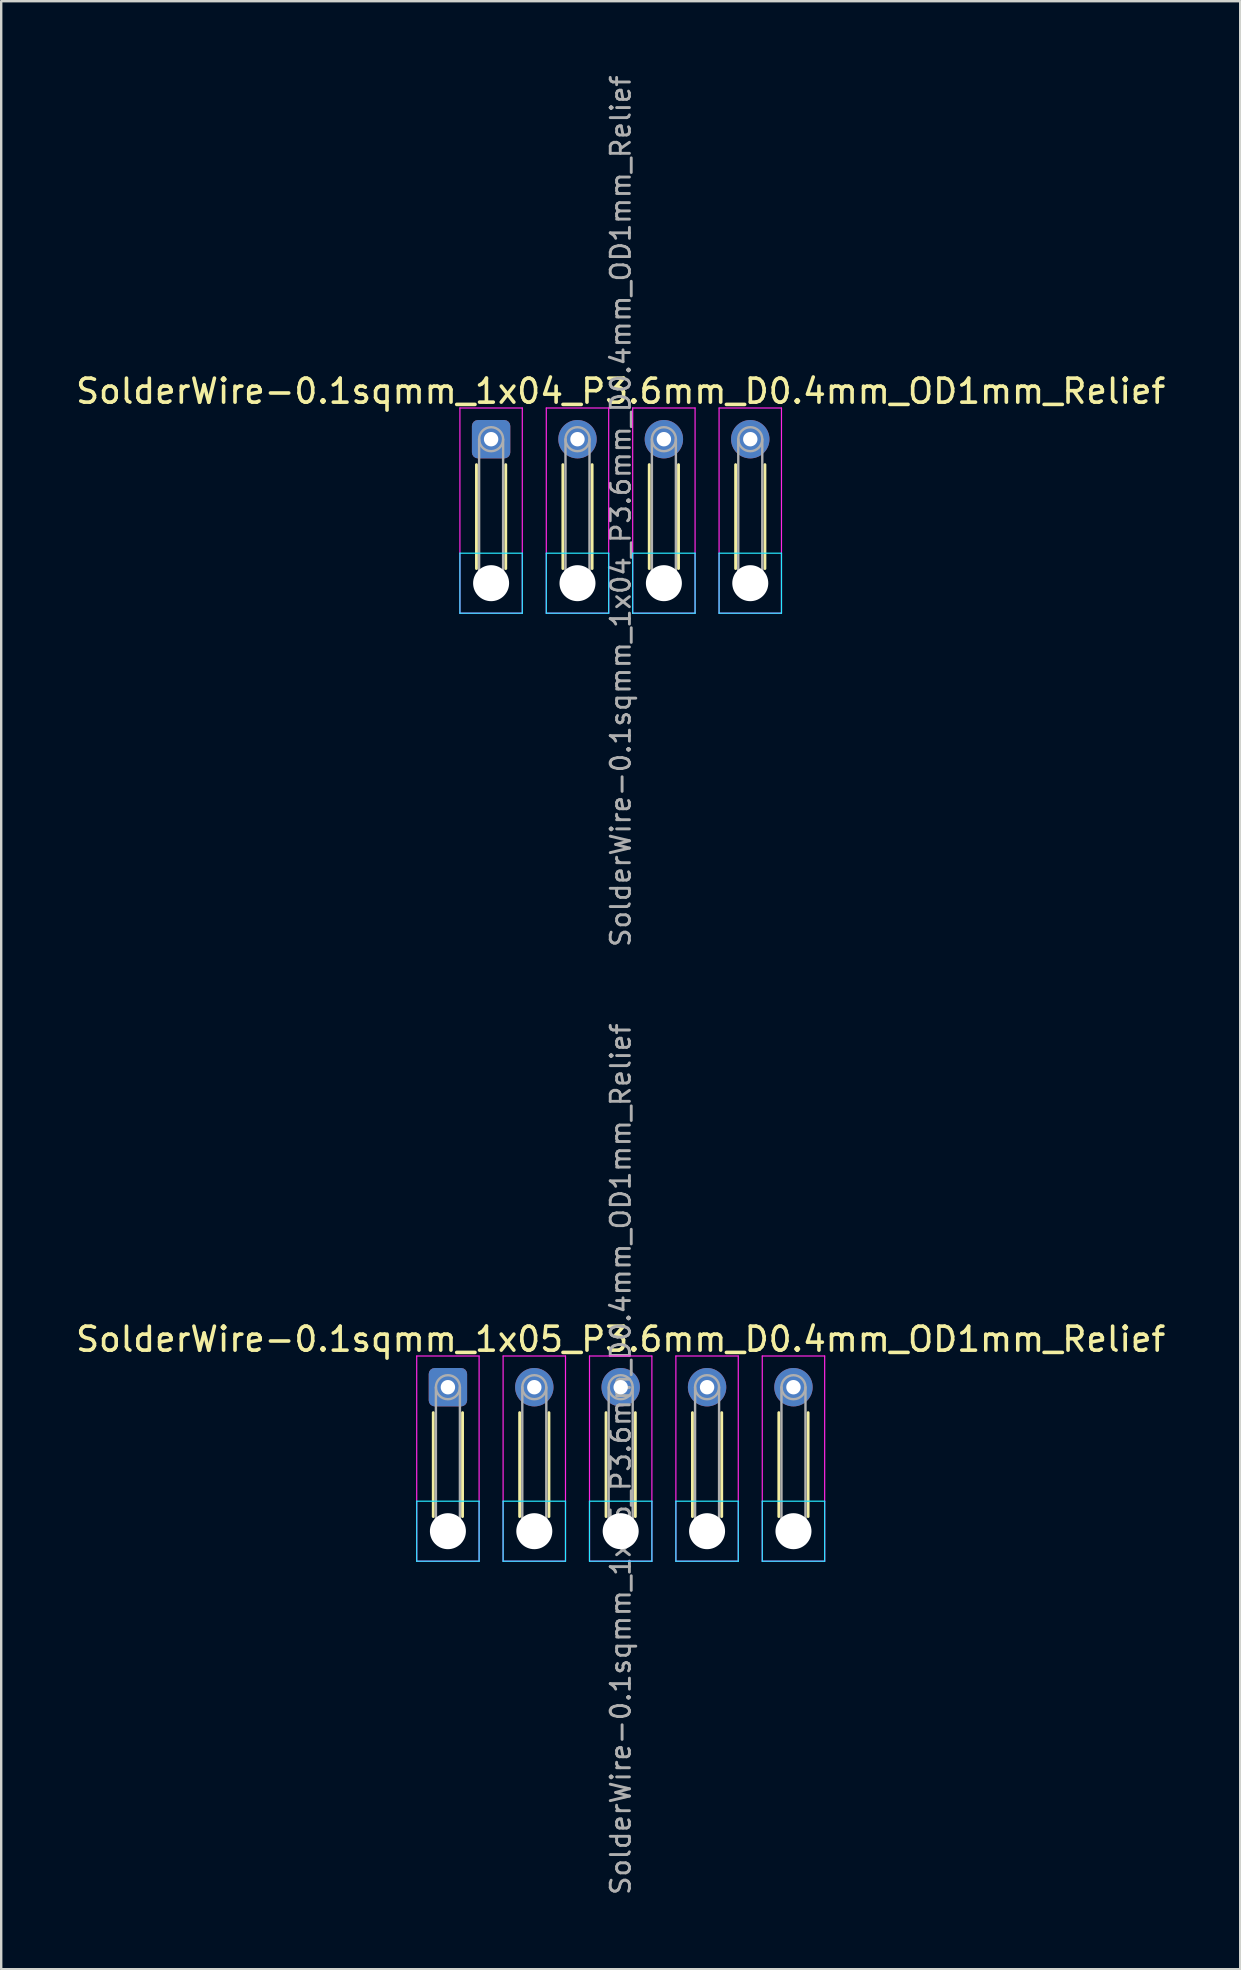
<source format=kicad_pcb>
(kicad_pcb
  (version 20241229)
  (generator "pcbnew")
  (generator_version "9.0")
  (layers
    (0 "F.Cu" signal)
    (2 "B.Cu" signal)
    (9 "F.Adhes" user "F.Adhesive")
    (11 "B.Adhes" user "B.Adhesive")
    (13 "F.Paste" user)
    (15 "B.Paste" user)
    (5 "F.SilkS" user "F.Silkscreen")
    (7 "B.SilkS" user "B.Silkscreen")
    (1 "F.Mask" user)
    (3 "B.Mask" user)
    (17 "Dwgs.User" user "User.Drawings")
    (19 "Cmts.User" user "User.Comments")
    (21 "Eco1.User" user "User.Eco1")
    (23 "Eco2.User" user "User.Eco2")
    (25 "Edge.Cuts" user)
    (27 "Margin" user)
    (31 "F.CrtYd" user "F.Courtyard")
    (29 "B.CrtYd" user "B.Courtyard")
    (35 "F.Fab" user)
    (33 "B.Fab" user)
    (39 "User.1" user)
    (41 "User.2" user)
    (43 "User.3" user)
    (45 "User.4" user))
  (footprint "SolderWire-0.1sqmm_1x05_P3.6mm_D0.4mm_OD1mm_Relief"
    (layer "F.Cu")
    (at 15.615 54.757)
    (property "Reference" "SolderWire-0.1sqmm_1x05_P3.6mm_D0.4mm_OD1mm_Relief" (at 7.2 -2 0) (layer "F.SilkS") (effects (font (size 1 1) (thickness 0.15))))
    (attr exclude_from_pos_files exclude_from_bom)
    (fp_line (start -0.61 1.06) (end -0.61 5.39) (stroke (width 0.12) (type solid)) (layer "F.SilkS"))
    (fp_line (start 0.61 1.06) (end 0.61 5.39) (stroke (width 0.12) (type solid)) (layer "F.SilkS"))
    (fp_line (start 2.99 1.06) (end 2.99 5.39) (stroke (width 0.12) (type solid)) (layer "F.SilkS"))
    (fp_line (start 4.21 1.06) (end 4.21 5.39) (stroke (width 0.12) (type solid)) (layer "F.SilkS"))
    (fp_line (start 6.59 1.06) (end 6.59 5.39) (stroke (width 0.12) (type solid)) (layer "F.SilkS"))
    (fp_line (start 7.81 1.06) (end 7.81 5.39) (stroke (width 0.12) (type solid)) (layer "F.SilkS"))
    (fp_line (start 10.19 1.06) (end 10.19 5.39) (stroke (width 0.12) (type solid)) (layer "F.SilkS"))
    (fp_line (start 11.41 1.06) (end 11.41 5.39) (stroke (width 0.12) (type solid)) (layer "F.SilkS"))
    (fp_line (start 13.79 1.06) (end 13.79 5.39) (stroke (width 0.12) (type solid)) (layer "F.SilkS"))
    (fp_line (start 15.01 1.06) (end 15.01 5.39) (stroke (width 0.12) (type solid)) (layer "F.SilkS"))
    (fp_line (start -1.3 4.75) (end -1.3 7.25) (stroke (width 0.05) (type solid)) (layer "B.CrtYd"))
    (fp_line (start -1.3 7.25) (end 1.3 7.25) (stroke (width 0.05) (type solid)) (layer "B.CrtYd"))
    (fp_line (start 1.3 4.75) (end -1.3 4.75) (stroke (width 0.05) (type solid)) (layer "B.CrtYd"))
    (fp_line (start 1.3 7.25) (end 1.3 4.75) (stroke (width 0.05) (type solid)) (layer "B.CrtYd"))
    (fp_line (start 2.3 4.75) (end 2.3 7.25) (stroke (width 0.05) (type solid)) (layer "B.CrtYd"))
    (fp_line (start 2.3 7.25) (end 4.9 7.25) (stroke (width 0.05) (type solid)) (layer "B.CrtYd"))
    (fp_line (start 4.9 4.75) (end 2.3 4.75) (stroke (width 0.05) (type solid)) (layer "B.CrtYd"))
    (fp_line (start 4.9 7.25) (end 4.9 4.75) (stroke (width 0.05) (type solid)) (layer "B.CrtYd"))
    (fp_line (start 5.9 4.75) (end 5.9 7.25) (stroke (width 0.05) (type solid)) (layer "B.CrtYd"))
    (fp_line (start 5.9 7.25) (end 8.5 7.25) (stroke (width 0.05) (type solid)) (layer "B.CrtYd"))
    (fp_line (start 8.5 4.75) (end 5.9 4.75) (stroke (width 0.05) (type solid)) (layer "B.CrtYd"))
    (fp_line (start 8.5 7.25) (end 8.5 4.75) (stroke (width 0.05) (type solid)) (layer "B.CrtYd"))
    (fp_line (start 9.5 4.75) (end 9.5 7.25) (stroke (width 0.05) (type solid)) (layer "B.CrtYd"))
    (fp_line (start 9.5 7.25) (end 12.1 7.25) (stroke (width 0.05) (type solid)) (layer "B.CrtYd"))
    (fp_line (start 12.1 4.75) (end 9.5 4.75) (stroke (width 0.05) (type solid)) (layer "B.CrtYd"))
    (fp_line (start 12.1 7.25) (end 12.1 4.75) (stroke (width 0.05) (type solid)) (layer "B.CrtYd"))
    (fp_line (start 13.1 4.75) (end 13.1 7.25) (stroke (width 0.05) (type solid)) (layer "B.CrtYd"))
    (fp_line (start 13.1 7.25) (end 15.7 7.25) (stroke (width 0.05) (type solid)) (layer "B.CrtYd"))
    (fp_line (start 15.7 4.75) (end 13.1 4.75) (stroke (width 0.05) (type solid)) (layer "B.CrtYd"))
    (fp_line (start 15.7 7.25) (end 15.7 4.75) (stroke (width 0.05) (type solid)) (layer "B.CrtYd"))
    (fp_line (start -1.3 -1.3) (end -1.3 7.25) (stroke (width 0.05) (type solid)) (layer "F.CrtYd"))
    (fp_line (start -1.3 7.25) (end 1.3 7.25) (stroke (width 0.05) (type solid)) (layer "F.CrtYd"))
    (fp_line (start 1.3 -1.3) (end -1.3 -1.3) (stroke (width 0.05) (type solid)) (layer "F.CrtYd"))
    (fp_line (start 1.3 7.25) (end 1.3 -1.3) (stroke (width 0.05) (type solid)) (layer "F.CrtYd"))
    (fp_line (start 2.3 -1.3) (end 2.3 7.25) (stroke (width 0.05) (type solid)) (layer "F.CrtYd"))
    (fp_line (start 2.3 7.25) (end 4.9 7.25) (stroke (width 0.05) (type solid)) (layer "F.CrtYd"))
    (fp_line (start 4.9 -1.3) (end 2.3 -1.3) (stroke (width 0.05) (type solid)) (layer "F.CrtYd"))
    (fp_line (start 4.9 7.25) (end 4.9 -1.3) (stroke (width 0.05) (type solid)) (layer "F.CrtYd"))
    (fp_line (start 5.9 -1.3) (end 5.9 7.25) (stroke (width 0.05) (type solid)) (layer "F.CrtYd"))
    (fp_line (start 5.9 7.25) (end 8.5 7.25) (stroke (width 0.05) (type solid)) (layer "F.CrtYd"))
    (fp_line (start 8.5 -1.3) (end 5.9 -1.3) (stroke (width 0.05) (type solid)) (layer "F.CrtYd"))
    (fp_line (start 8.5 7.25) (end 8.5 -1.3) (stroke (width 0.05) (type solid)) (layer "F.CrtYd"))
    (fp_line (start 9.5 -1.3) (end 9.5 7.25) (stroke (width 0.05) (type solid)) (layer "F.CrtYd"))
    (fp_line (start 9.5 7.25) (end 12.1 7.25) (stroke (width 0.05) (type solid)) (layer "F.CrtYd"))
    (fp_line (start 12.1 -1.3) (end 9.5 -1.3) (stroke (width 0.05) (type solid)) (layer "F.CrtYd"))
    (fp_line (start 12.1 7.25) (end 12.1 -1.3) (stroke (width 0.05) (type solid)) (layer "F.CrtYd"))
    (fp_line (start 13.1 -1.3) (end 13.1 7.25) (stroke (width 0.05) (type solid)) (layer "F.CrtYd"))
    (fp_line (start 13.1 7.25) (end 15.7 7.25) (stroke (width 0.05) (type solid)) (layer "F.CrtYd"))
    (fp_line (start 15.7 -1.3) (end 13.1 -1.3) (stroke (width 0.05) (type solid)) (layer "F.CrtYd"))
    (fp_line (start 15.7 7.25) (end 15.7 -1.3) (stroke (width 0.05) (type solid)) (layer "F.CrtYd"))
    (fp_line (start -0.5 0) (end -0.5 6) (stroke (width 0.1) (type solid)) (layer "F.Fab"))
    (fp_line (start 0.5 0) (end 0.5 6) (stroke (width 0.1) (type solid)) (layer "F.Fab"))
    (fp_line (start 3.1 0) (end 3.1 6) (stroke (width 0.1) (type solid)) (layer "F.Fab"))
    (fp_line (start 4.1 0) (end 4.1 6) (stroke (width 0.1) (type solid)) (layer "F.Fab"))
    (fp_line (start 6.7 0) (end 6.7 6) (stroke (width 0.1) (type solid)) (layer "F.Fab"))
    (fp_line (start 7.7 0) (end 7.7 6) (stroke (width 0.1) (type solid)) (layer "F.Fab"))
    (fp_line (start 10.3 0) (end 10.3 6) (stroke (width 0.1) (type solid)) (layer "F.Fab"))
    (fp_line (start 11.3 0) (end 11.3 6) (stroke (width 0.1) (type solid)) (layer "F.Fab"))
    (fp_line (start 13.9 0) (end 13.9 6) (stroke (width 0.1) (type solid)) (layer "F.Fab"))
    (fp_line (start 14.9 0) (end 14.9 6) (stroke (width 0.1) (type solid)) (layer "F.Fab"))
    (fp_circle (center 0 0) (end 0.5 0) (stroke (width 0.1) (type solid)) (fill no) (layer "F.Fab"))
    (fp_circle (center 0 6) (end 0.5 6) (stroke (width 0.1) (type solid)) (fill no) (layer "F.Fab"))
    (fp_circle (center 3.6 0) (end 4.1 0) (stroke (width 0.1) (type solid)) (fill no) (layer "F.Fab"))
    (fp_circle (center 3.6 6) (end 4.1 6) (stroke (width 0.1) (type solid)) (fill no) (layer "F.Fab"))
    (fp_circle (center 7.2 0) (end 7.7 0) (stroke (width 0.1) (type solid)) (fill no) (layer "F.Fab"))
    (fp_circle (center 7.2 6) (end 7.7 6) (stroke (width 0.1) (type solid)) (fill no) (layer "F.Fab"))
    (fp_circle (center 10.8 0) (end 11.3 0) (stroke (width 0.1) (type solid)) (fill no) (layer "F.Fab"))
    (fp_circle (center 10.8 6) (end 11.3 6) (stroke (width 0.1) (type solid)) (fill no) (layer "F.Fab"))
    (fp_circle (center 14.4 0) (end 14.9 0) (stroke (width 0.1) (type solid)) (fill no) (layer "F.Fab"))
    (fp_circle (center 14.4 6) (end 14.9 6) (stroke (width 0.1) (type solid)) (fill no) (layer "F.Fab"))
    (fp_text user "${REFERENCE}" (at 7.2 3 90) (layer "F.Fab") (effects (font (size 0.8 0.8) (thickness 0.12))))
    (pad "" np_thru_hole circle (at 0 6) (size 1.5 1.5) (drill 1.5) (layers "*.Cu" "*.Mask"))
    (pad "" np_thru_hole circle (at 3.6 6) (size 1.5 1.5) (drill 1.5) (layers "*.Cu" "*.Mask"))
    (pad "" np_thru_hole circle (at 7.2 6) (size 1.5 1.5) (drill 1.5) (layers "*.Cu" "*.Mask"))
    (pad "" np_thru_hole circle (at 10.8 6) (size 1.5 1.5) (drill 1.5) (layers "*.Cu" "*.Mask"))
    (pad "" np_thru_hole circle (at 14.4 6) (size 1.5 1.5) (drill 1.5) (layers "*.Cu" "*.Mask"))
    (pad "1" thru_hole roundrect (at 0 0) (size 1.6 1.6) (drill 0.6) (layers "*.Cu" "*.Mask") (roundrect_rratio 0.156))
    (pad "2" thru_hole circle (at 3.6 0) (size 1.6 1.6) (drill 0.6) (layers "*.Cu" "*.Mask"))
    (pad "3" thru_hole circle (at 7.2 0) (size 1.6 1.6) (drill 0.6) (layers "*.Cu" "*.Mask"))
    (pad "4" thru_hole circle (at 10.8 0) (size 1.6 1.6) (drill 0.6) (layers "*.Cu" "*.Mask"))
    (pad "5" thru_hole circle (at 14.4 0) (size 1.6 1.6) (drill 0.6) (layers "*.Cu" "*.Mask")))
  (footprint "SolderWire-0.1sqmm_1x04_P3.6mm_D0.4mm_OD1mm_Relief"
    (layer "F.Cu")
    (at 17.415 15.252)
    (property "Reference" "SolderWire-0.1sqmm_1x04_P3.6mm_D0.4mm_OD1mm_Relief" (at 5.4 -2 0) (layer "F.SilkS") (effects (font (size 1 1) (thickness 0.15))))
    (attr exclude_from_pos_files exclude_from_bom)
    (fp_line (start -0.61 1.06) (end -0.61 5.39) (stroke (width 0.12) (type solid)) (layer "F.SilkS"))
    (fp_line (start 0.61 1.06) (end 0.61 5.39) (stroke (width 0.12) (type solid)) (layer "F.SilkS"))
    (fp_line (start 2.99 1.06) (end 2.99 5.39) (stroke (width 0.12) (type solid)) (layer "F.SilkS"))
    (fp_line (start 4.21 1.06) (end 4.21 5.39) (stroke (width 0.12) (type solid)) (layer "F.SilkS"))
    (fp_line (start 6.59 1.06) (end 6.59 5.39) (stroke (width 0.12) (type solid)) (layer "F.SilkS"))
    (fp_line (start 7.81 1.06) (end 7.81 5.39) (stroke (width 0.12) (type solid)) (layer "F.SilkS"))
    (fp_line (start 10.19 1.06) (end 10.19 5.39) (stroke (width 0.12) (type solid)) (layer "F.SilkS"))
    (fp_line (start 11.41 1.06) (end 11.41 5.39) (stroke (width 0.12) (type solid)) (layer "F.SilkS"))
    (fp_line (start -1.3 4.75) (end -1.3 7.25) (stroke (width 0.05) (type solid)) (layer "B.CrtYd"))
    (fp_line (start -1.3 7.25) (end 1.3 7.25) (stroke (width 0.05) (type solid)) (layer "B.CrtYd"))
    (fp_line (start 1.3 4.75) (end -1.3 4.75) (stroke (width 0.05) (type solid)) (layer "B.CrtYd"))
    (fp_line (start 1.3 7.25) (end 1.3 4.75) (stroke (width 0.05) (type solid)) (layer "B.CrtYd"))
    (fp_line (start 2.3 4.75) (end 2.3 7.25) (stroke (width 0.05) (type solid)) (layer "B.CrtYd"))
    (fp_line (start 2.3 7.25) (end 4.9 7.25) (stroke (width 0.05) (type solid)) (layer "B.CrtYd"))
    (fp_line (start 4.9 4.75) (end 2.3 4.75) (stroke (width 0.05) (type solid)) (layer "B.CrtYd"))
    (fp_line (start 4.9 7.25) (end 4.9 4.75) (stroke (width 0.05) (type solid)) (layer "B.CrtYd"))
    (fp_line (start 5.9 4.75) (end 5.9 7.25) (stroke (width 0.05) (type solid)) (layer "B.CrtYd"))
    (fp_line (start 5.9 7.25) (end 8.5 7.25) (stroke (width 0.05) (type solid)) (layer "B.CrtYd"))
    (fp_line (start 8.5 4.75) (end 5.9 4.75) (stroke (width 0.05) (type solid)) (layer "B.CrtYd"))
    (fp_line (start 8.5 7.25) (end 8.5 4.75) (stroke (width 0.05) (type solid)) (layer "B.CrtYd"))
    (fp_line (start 9.5 4.75) (end 9.5 7.25) (stroke (width 0.05) (type solid)) (layer "B.CrtYd"))
    (fp_line (start 9.5 7.25) (end 12.1 7.25) (stroke (width 0.05) (type solid)) (layer "B.CrtYd"))
    (fp_line (start 12.1 4.75) (end 9.5 4.75) (stroke (width 0.05) (type solid)) (layer "B.CrtYd"))
    (fp_line (start 12.1 7.25) (end 12.1 4.75) (stroke (width 0.05) (type solid)) (layer "B.CrtYd"))
    (fp_line (start -1.3 -1.3) (end -1.3 7.25) (stroke (width 0.05) (type solid)) (layer "F.CrtYd"))
    (fp_line (start -1.3 7.25) (end 1.3 7.25) (stroke (width 0.05) (type solid)) (layer "F.CrtYd"))
    (fp_line (start 1.3 -1.3) (end -1.3 -1.3) (stroke (width 0.05) (type solid)) (layer "F.CrtYd"))
    (fp_line (start 1.3 7.25) (end 1.3 -1.3) (stroke (width 0.05) (type solid)) (layer "F.CrtYd"))
    (fp_line (start 2.3 -1.3) (end 2.3 7.25) (stroke (width 0.05) (type solid)) (layer "F.CrtYd"))
    (fp_line (start 2.3 7.25) (end 4.9 7.25) (stroke (width 0.05) (type solid)) (layer "F.CrtYd"))
    (fp_line (start 4.9 -1.3) (end 2.3 -1.3) (stroke (width 0.05) (type solid)) (layer "F.CrtYd"))
    (fp_line (start 4.9 7.25) (end 4.9 -1.3) (stroke (width 0.05) (type solid)) (layer "F.CrtYd"))
    (fp_line (start 5.9 -1.3) (end 5.9 7.25) (stroke (width 0.05) (type solid)) (layer "F.CrtYd"))
    (fp_line (start 5.9 7.25) (end 8.5 7.25) (stroke (width 0.05) (type solid)) (layer "F.CrtYd"))
    (fp_line (start 8.5 -1.3) (end 5.9 -1.3) (stroke (width 0.05) (type solid)) (layer "F.CrtYd"))
    (fp_line (start 8.5 7.25) (end 8.5 -1.3) (stroke (width 0.05) (type solid)) (layer "F.CrtYd"))
    (fp_line (start 9.5 -1.3) (end 9.5 7.25) (stroke (width 0.05) (type solid)) (layer "F.CrtYd"))
    (fp_line (start 9.5 7.25) (end 12.1 7.25) (stroke (width 0.05) (type solid)) (layer "F.CrtYd"))
    (fp_line (start 12.1 -1.3) (end 9.5 -1.3) (stroke (width 0.05) (type solid)) (layer "F.CrtYd"))
    (fp_line (start 12.1 7.25) (end 12.1 -1.3) (stroke (width 0.05) (type solid)) (layer "F.CrtYd"))
    (fp_line (start -0.5 0) (end -0.5 6) (stroke (width 0.1) (type solid)) (layer "F.Fab"))
    (fp_line (start 0.5 0) (end 0.5 6) (stroke (width 0.1) (type solid)) (layer "F.Fab"))
    (fp_line (start 3.1 0) (end 3.1 6) (stroke (width 0.1) (type solid)) (layer "F.Fab"))
    (fp_line (start 4.1 0) (end 4.1 6) (stroke (width 0.1) (type solid)) (layer "F.Fab"))
    (fp_line (start 6.7 0) (end 6.7 6) (stroke (width 0.1) (type solid)) (layer "F.Fab"))
    (fp_line (start 7.7 0) (end 7.7 6) (stroke (width 0.1) (type solid)) (layer "F.Fab"))
    (fp_line (start 10.3 0) (end 10.3 6) (stroke (width 0.1) (type solid)) (layer "F.Fab"))
    (fp_line (start 11.3 0) (end 11.3 6) (stroke (width 0.1) (type solid)) (layer "F.Fab"))
    (fp_circle (center 0 0) (end 0.5 0) (stroke (width 0.1) (type solid)) (fill no) (layer "F.Fab"))
    (fp_circle (center 0 6) (end 0.5 6) (stroke (width 0.1) (type solid)) (fill no) (layer "F.Fab"))
    (fp_circle (center 3.6 0) (end 4.1 0) (stroke (width 0.1) (type solid)) (fill no) (layer "F.Fab"))
    (fp_circle (center 3.6 6) (end 4.1 6) (stroke (width 0.1) (type solid)) (fill no) (layer "F.Fab"))
    (fp_circle (center 7.2 0) (end 7.7 0) (stroke (width 0.1) (type solid)) (fill no) (layer "F.Fab"))
    (fp_circle (center 7.2 6) (end 7.7 6) (stroke (width 0.1) (type solid)) (fill no) (layer "F.Fab"))
    (fp_circle (center 10.8 0) (end 11.3 0) (stroke (width 0.1) (type solid)) (fill no) (layer "F.Fab"))
    (fp_circle (center 10.8 6) (end 11.3 6) (stroke (width 0.1) (type solid)) (fill no) (layer "F.Fab"))
    (fp_text user "${REFERENCE}" (at 5.4 3 90) (layer "F.Fab") (effects (font (size 0.8 0.8) (thickness 0.12))))
    (pad "" np_thru_hole circle (at 0 6) (size 1.5 1.5) (drill 1.5) (layers "*.Cu" "*.Mask"))
    (pad "" np_thru_hole circle (at 3.6 6) (size 1.5 1.5) (drill 1.5) (layers "*.Cu" "*.Mask"))
    (pad "" np_thru_hole circle (at 7.2 6) (size 1.5 1.5) (drill 1.5) (layers "*.Cu" "*.Mask"))
    (pad "" np_thru_hole circle (at 10.8 6) (size 1.5 1.5) (drill 1.5) (layers "*.Cu" "*.Mask"))
    (pad "1" thru_hole roundrect (at 0 0) (size 1.6 1.6) (drill 0.6) (layers "*.Cu" "*.Mask") (roundrect_rratio 0.156))
    (pad "2" thru_hole circle (at 3.6 0) (size 1.6 1.6) (drill 0.6) (layers "*.Cu" "*.Mask"))
    (pad "3" thru_hole circle (at 7.2 0) (size 1.6 1.6) (drill 0.6) (layers "*.Cu" "*.Mask"))
    (pad "4" thru_hole circle (at 10.8 0) (size 1.6 1.6) (drill 0.6) (layers "*.Cu" "*.Mask")))
  (gr_rect
    (start -3 -3)
    (end 48.631 79.01)
    (stroke (width 0.1) (type default))
    (fill no)
    (layer "Edge.Cuts")))
</source>
